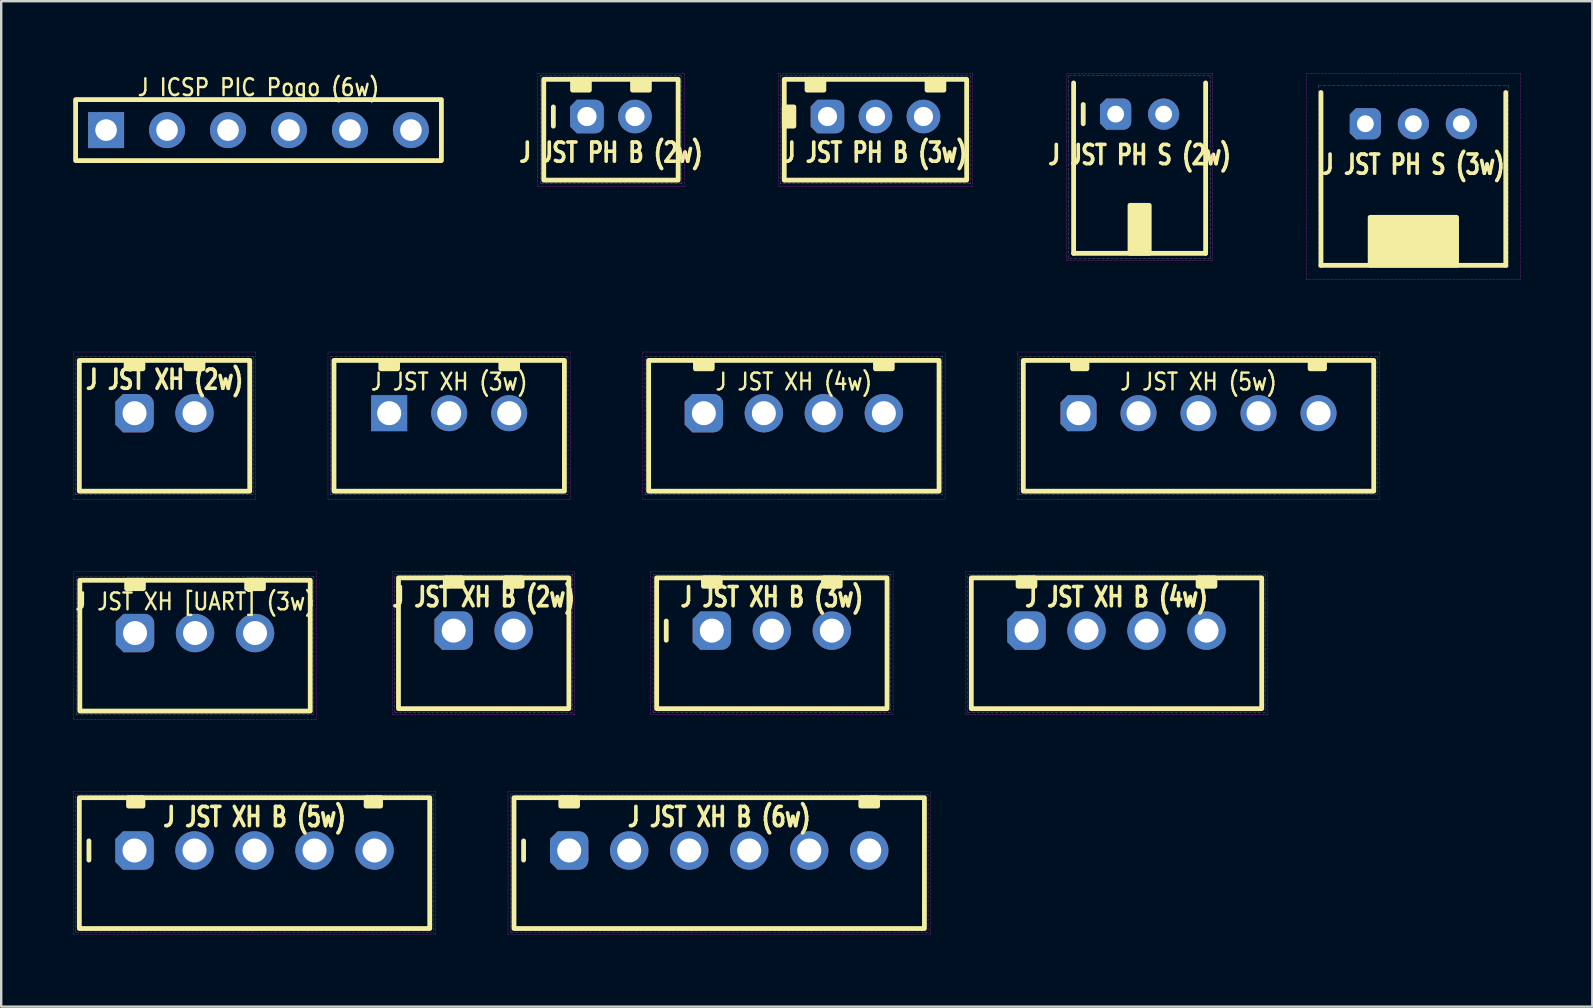
<source format=kicad_pcb>
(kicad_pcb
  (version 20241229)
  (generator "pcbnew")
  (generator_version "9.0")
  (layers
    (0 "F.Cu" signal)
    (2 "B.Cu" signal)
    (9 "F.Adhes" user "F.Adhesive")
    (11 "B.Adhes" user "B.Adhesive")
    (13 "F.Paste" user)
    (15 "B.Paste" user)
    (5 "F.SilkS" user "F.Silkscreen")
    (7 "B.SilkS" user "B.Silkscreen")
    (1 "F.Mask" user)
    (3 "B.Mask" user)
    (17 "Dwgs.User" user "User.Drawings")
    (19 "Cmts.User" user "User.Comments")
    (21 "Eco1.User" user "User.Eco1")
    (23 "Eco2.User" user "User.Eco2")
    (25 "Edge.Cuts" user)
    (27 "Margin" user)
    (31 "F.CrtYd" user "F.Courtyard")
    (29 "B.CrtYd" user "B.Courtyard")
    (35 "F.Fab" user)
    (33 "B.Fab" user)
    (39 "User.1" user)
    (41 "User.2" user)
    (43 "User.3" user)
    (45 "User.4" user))
  (footprint "J JST XH B (3w)"
    (layer "F.Cu")
    (at 29.108 23.225)
    (property "Reference" "J JST XH B (3w)" (at 0 -1.4 0) (layer "F.SilkS") (effects (font (size 0.8 0.6) (thickness 0.15) (bold yes))))
    (attr through_hole)
    (fp_line (start -4.4 -0.4) (end -4.4 0.4) (stroke (width 0.2) (type default)) (layer "F.SilkS"))
    (fp_rect (start -4.8 -2.2) (end 4.8 3.25) (stroke (width 0.2) (type default)) (fill no) (layer "F.SilkS"))
    (fp_rect (start -2.85 -2.2) (end -2.15 -1.85) (stroke (width 0.2) (type solid)) (fill yes) (layer "F.SilkS"))
    (fp_rect (start 2.85 -2.2) (end 2.15 -1.85) (stroke (width 0.2) (type solid)) (fill yes) (layer "F.SilkS"))
    (fp_rect (start -5.05 -2.45) (end 5.05 3.5) (stroke (width 0.01) (type dash)) (fill no) (layer "F.CrtYd"))
    (fp_rect (start -4.95 -2.35) (end 4.95 3.4) (stroke (width 0.01) (type dash_dot)) (fill no) (layer "F.Fab"))
    (pad "1" thru_hole roundrect (at -2.5 0) (size 1.6 1.6) (drill 1) (layers "*.Cu" "B.Mask") (roundrect_rratio 0.25) (chamfer_ratio 0.2) (chamfer top_left bottom_left))
    (pad "2" thru_hole circle (at 0 0) (size 1.6 1.6) (drill 1) (layers "*.Cu" "B.Mask"))
    (pad "3" thru_hole circle (at 2.5 0) (size 1.6 1.6) (drill 1) (layers "*.Cu" "B.Mask")))
  (footprint "J JST PH S (2w)"
    (layer "F.Cu")
    (at 44.431 1.705)
    (property "Reference" "J JST PH S (2w)" (at 0 1.7 0) (layer "F.SilkS") (effects (font (size 0.8 0.6) (thickness 0.15) (bold yes))))
    (attr through_hole)
    (fp_line (start -2.75 -1.3) (end -2.75 5.8) (stroke (width 0.2) (type default)) (layer "F.SilkS"))
    (fp_line (start -2.35 -0.4) (end -2.35 0.4) (stroke (width 0.2) (type default)) (layer "F.SilkS"))
    (fp_line (start 2.75 -1.3) (end 2.75 5.8) (stroke (width 0.2) (type default)) (layer "F.SilkS"))
    (fp_line (start 2.75 5.8) (end -2.75 5.8) (stroke (width 0.2) (type default)) (layer "F.SilkS"))
    (fp_rect (start 0.4 5.8) (end -0.4 3.8) (stroke (width 0.2) (type solid)) (fill yes) (layer "F.SilkS"))
    (fp_rect (start -3.05 -1.7) (end 3.05 6.1) (stroke (width 0.01) (type dash)) (fill no) (layer "F.CrtYd"))
    (fp_rect (start -2.95 -1.6) (end 2.95 6) (stroke (width 0.01) (type dash_dot)) (fill no) (layer "F.Fab"))
    (pad "1" thru_hole roundrect (at -1 0) (size 1.3 1.3) (drill 0.7) (layers "*.Cu" "B.Mask") (roundrect_rratio 0.25) (chamfer_ratio 0.2) (chamfer top_left bottom_left))
    (pad "2" thru_hole circle (at 1 0) (size 1.3 1.3) (drill 0.7) (layers "*.Cu" "B.Mask")))
  (footprint "J JST XH B (6w)"
    (layer "F.Cu")
    (at 26.915 32.385)
    (property "Reference" "J JST XH B (6w)" (at 0 -1.4 0) (layer "F.SilkS") (effects (font (size 0.8 0.6) (thickness 0.15) (bold yes))))
    (attr through_hole)
    (fp_line (start -8.15 -0.4) (end -8.15 0.4) (stroke (width 0.2) (type default)) (layer "F.SilkS"))
    (fp_rect (start -8.55 -2.2) (end 8.55 3.25) (stroke (width 0.2) (type default)) (fill no) (layer "F.SilkS"))
    (fp_rect (start -6.6 -2.2) (end -5.9 -1.85) (stroke (width 0.2) (type solid)) (fill yes) (layer "F.SilkS"))
    (fp_rect (start 6.6 -2.2) (end 5.9 -1.85) (stroke (width 0.2) (type solid)) (fill yes) (layer "F.SilkS"))
    (fp_rect (start -8.8 -2.45) (end 8.8 3.5) (stroke (width 0.01) (type dash)) (fill no) (layer "F.CrtYd"))
    (fp_rect (start -8.7 -2.35) (end 8.7 3.4) (stroke (width 0.01) (type dash_dot)) (fill no) (layer "F.Fab"))
    (pad "1" thru_hole roundrect (at -6.25 0) (size 1.6 1.6) (drill 1) (layers "*.Cu" "B.Mask") (roundrect_rratio 0.25) (chamfer_ratio 0.2) (chamfer top_left bottom_left))
    (pad "2" thru_hole circle (at -3.75 0) (size 1.6 1.6) (drill 1) (layers "*.Cu" "B.Mask"))
    (pad "3" thru_hole circle (at -1.25 0) (size 1.6 1.6) (drill 1) (layers "*.Cu" "B.Mask"))
    (pad "4" thru_hole circle (at 1.25 0) (size 1.6 1.6) (drill 1) (layers "*.Cu" "B.Mask"))
    (pad "5" thru_hole circle (at 3.75 0) (size 1.6 1.6) (drill 1) (layers "*.Cu" "B.Mask"))
    (pad "6" thru_hole circle (at 6.25 0) (size 1.6 1.6) (drill 1) (layers "*.Cu" "B.Mask")))
  (footprint "J JST XH [UART] (3w)"
    (layer "F.Cu")
    (at 5.076 23.325)
    (property "Reference" "J JST XH [UART] (3w)" (at 0 -0.9 0) (unlocked yes) (layer "F.SilkS") (effects (font (size 0.7 0.6) (thickness 0.1)) (justify bottom)))
    (attr through_hole)
    (fp_rect (start -4.8 -2.2) (end 4.8 3.25) (stroke (width 0.2) (type default)) (fill no) (layer "F.SilkS"))
    (fp_rect (start -2.85 -2.2) (end -2.15 -1.85) (stroke (width 0.2) (type solid)) (fill yes) (layer "F.SilkS"))
    (fp_rect (start 2.85 -2.2) (end 2.15 -1.85) (stroke (width 0.2) (type solid)) (fill yes) (layer "F.SilkS"))
    (fp_rect (start -5.05 -2.55) (end 5.05 3.6) (stroke (width 0.01) (type dash)) (fill no) (layer "F.CrtYd"))
    (fp_rect (start -4.95 -2.35) (end 4.95 3.4) (stroke (width 0.01) (type dash_dot)) (fill no) (layer "F.Fab"))
    (fp_text user "GND" (at 0 1 0) (unlocked yes) (layer "User.7") (effects (font (size 0.13 0.07) (thickness 0.014) (bold yes)) (justify top)))
    (fp_text user "RX" (at -2.54 1 0) (unlocked yes) (layer "User.7") (effects (font (size 0.13 0.07) (thickness 0.014) (bold yes)) (justify top)))
    (fp_text user "TX" (at 2.54 1 0) (unlocked yes) (layer "User.7") (effects (font (size 0.13 0.07) (thickness 0.014) (bold yes)) (justify top)))
    (pad "1" thru_hole roundrect (at -2.5 0) (size 1.6 1.6) (drill 1) (layers "*.Cu" "B.Mask") (roundrect_rratio 0.25) (chamfer_ratio 0.2) (chamfer top_left bottom_left))
    (pad "2" thru_hole circle (at 0 0) (size 1.6 1.6) (drill 1) (layers "*.Cu" "B.Mask"))
    (pad "3" thru_hole circle (at 2.5 0) (size 1.6 1.6) (drill 1) (layers "*.Cu" "B.Mask")))
  (footprint "J JST PH B (3w)"
    (layer "F.Cu")
    (at 33.425 1.805)
    (property "Reference" "J JST PH B (3w)" (at 0 1.5 0) (layer "F.SilkS") (effects (font (size 0.8 0.6) (thickness 0.15) (bold yes))))
    (attr through_hole)
    (fp_rect (start -3.8 -1.55) (end 3.8 2.65) (stroke (width 0.2) (type default)) (fill no) (layer "F.SilkS"))
    (fp_rect (start -3.8 -0.4) (end -3.4 0.4) (stroke (width 0.2) (type solid)) (fill yes) (layer "F.SilkS"))
    (fp_rect (start -2.85 -1.55) (end -2.15 -1.1) (stroke (width 0.2) (type solid)) (fill yes) (layer "F.SilkS"))
    (fp_rect (start 2.85 -1.55) (end 2.15 -1.1) (stroke (width 0.2) (type solid)) (fill yes) (layer "F.SilkS"))
    (fp_rect (start -4.05 -1.8) (end 4.05 2.9) (stroke (width 0.01) (type dash)) (fill no) (layer "F.CrtYd"))
    (fp_rect (start -3.95 -1.7) (end 3.95 2.8) (stroke (width 0.01) (type dash_dot)) (fill no) (layer "F.Fab"))
    (pad "1" thru_hole roundrect (at -2 0) (size 1.4 1.4) (drill 0.8) (layers "*.Cu" "*.Mask") (roundrect_rratio 0.25) (chamfer_ratio 0.2) (chamfer top_left bottom_left))
    (pad "2" thru_hole circle (at 0 0) (size 1.4 1.4) (drill 0.8) (layers "*.Cu" "*.Mask"))
    (pad "3" thru_hole circle (at 2 0) (size 1.4 1.4) (drill 0.8) (layers "*.Cu" "*.Mask")))
  (footprint "J JST XH B (4w)"
    (layer "F.Cu")
    (at 43.468 23.225)
    (property "Reference" "J JST XH B (4w)" (at 0 -1.4 0) (layer "F.SilkS") (effects (font (size 0.8 0.6) (thickness 0.15) (bold yes))))
    (attr through_hole)
    (fp_rect (start -6.05 -2.2) (end 6.05 3.25) (stroke (width 0.2) (type default)) (fill no) (layer "F.SilkS"))
    (fp_rect (start -4.1 -2.2) (end -3.4 -1.85) (stroke (width 0.2) (type solid)) (fill yes) (layer "F.SilkS"))
    (fp_rect (start 4.1 -2.2) (end 3.4 -1.85) (stroke (width 0.2) (type solid)) (fill yes) (layer "F.SilkS"))
    (fp_rect (start -6.3 -2.45) (end 6.3 3.5) (stroke (width 0.01) (type dash)) (fill no) (layer "F.CrtYd"))
    (fp_rect (start -6.2 -2.35) (end 6.2 3.4) (stroke (width 0.01) (type dash_dot)) (fill no) (layer "F.Fab"))
    (pad "1" thru_hole roundrect (at -3.75 0) (size 1.6 1.6) (drill 1) (layers "*.Cu" "B.Mask") (roundrect_rratio 0.25) (chamfer_ratio 0.2) (chamfer top_left bottom_left))
    (pad "2" thru_hole circle (at -1.25 0) (size 1.6 1.6) (drill 1) (layers "*.Cu" "B.Mask"))
    (pad "3" thru_hole circle (at 1.25 0) (size 1.6 1.6) (drill 1) (layers "*.Cu" "B.Mask"))
    (pad "4" thru_hole circle (at 3.75 0) (size 1.6 1.6) (drill 1) (layers "*.Cu" "B.Mask")))
  (footprint "J JST XH (2w)"
    (layer "F.Cu")
    (at 3.805 14.165)
    (property "Reference" "J JST XH (2w)" (at 0 -1.4 0) (unlocked yes) (layer "F.SilkS") (effects (font (size 0.8 0.6) (thickness 0.15) (bold yes))))
    (attr through_hole)
    (fp_rect (start -3.55 -2.2) (end 3.55 3.25) (stroke (width 0.2) (type default)) (fill no) (layer "F.SilkS"))
    (fp_rect (start -1.6 -2.2) (end -0.9 -1.85) (stroke (width 0.2) (type solid)) (fill yes) (layer "F.SilkS"))
    (fp_rect (start 1.6 -2.2) (end 0.9 -1.85) (stroke (width 0.2) (type solid)) (fill yes) (layer "F.SilkS"))
    (fp_rect (start -3.8 -2.55) (end 3.8 3.6) (stroke (width 0.01) (type dash)) (fill no) (layer "F.CrtYd"))
    (fp_rect (start -3.7 -2.35) (end 3.7 3.4) (stroke (width 0.01) (type dash_dot)) (fill no) (layer "F.Fab"))
    (pad "1" thru_hole roundrect (at -1.25 0) (size 1.6 1.6) (drill 1) (layers "*.Cu" "B.Mask") (roundrect_rratio 0.25) (chamfer_ratio 0.2) (chamfer top_left bottom_left))
    (pad "2" thru_hole circle (at 1.25 0) (size 1.6 1.6) (drill 1) (layers "*.Cu" "B.Mask")))
  (footprint "J JST PH B (2w)"
    (layer "F.Cu")
    (at 22.405 1.805)
    (property "Reference" "J JST PH B (2w)" (at 0 1.5 0) (layer "F.SilkS") (effects (font (size 0.8 0.6) (thickness 0.15) (bold yes))))
    (attr through_hole)
    (fp_line (start -2.4 -0.4) (end -2.4 0.4) (stroke (width 0.2) (type default)) (layer "F.SilkS"))
    (fp_rect (start -2.8 -1.55) (end 2.8 2.65) (stroke (width 0.2) (type default)) (fill no) (layer "F.SilkS"))
    (fp_rect (start -1.6 -1.55) (end -0.9 -1.1) (stroke (width 0.2) (type solid)) (fill yes) (layer "F.SilkS"))
    (fp_rect (start 1.6 -1.55) (end 0.9 -1.1) (stroke (width 0.2) (type solid)) (fill yes) (layer "F.SilkS"))
    (fp_rect (start -3.05 -1.8) (end 3.05 2.9) (stroke (width 0.01) (type dash)) (fill no) (layer "F.CrtYd"))
    (fp_rect (start -2.95 -1.7) (end 2.95 2.8) (stroke (width 0.01) (type dash_dot)) (fill no) (layer "F.Fab"))
    (pad "1" thru_hole roundrect (at -1 0) (size 1.4 1.4) (drill 0.8) (layers "*.Cu" "*.Mask") (roundrect_rratio 0.25) (chamfer_ratio 0.2) (chamfer top_left bottom_left))
    (pad "2" thru_hole circle (at 1 0) (size 1.4 1.4) (drill 0.8) (layers "*.Cu" "*.Mask")))
  (footprint "J JST XH (4w)"
    (layer "F.Cu")
    (at 30.025 14.165)
    (property "Reference" "J JST XH (4w)" (at 0 -0.9 0) (unlocked yes) (layer "F.SilkS") (effects (font (size 0.7 0.6) (thickness 0.1)) (justify bottom)))
    (attr through_hole)
    (fp_rect (start -6.05 -2.2) (end 6.05 3.25) (stroke (width 0.2) (type default)) (fill no) (layer "F.SilkS"))
    (fp_rect (start -4.1 -2.2) (end -3.4 -1.85) (stroke (width 0.2) (type solid)) (fill yes) (layer "F.SilkS"))
    (fp_rect (start 4.1 -2.2) (end 3.4 -1.85) (stroke (width 0.2) (type solid)) (fill yes) (layer "F.SilkS"))
    (fp_rect (start -6.3 -2.55) (end 6.3 3.6) (stroke (width 0.01) (type dash)) (fill no) (layer "F.CrtYd"))
    (fp_rect (start -6.2 -2.35) (end 6.2 3.4) (stroke (width 0.01) (type dash_dot)) (fill no) (layer "F.Fab"))
    (pad "1" thru_hole roundrect (at -3.75 0) (size 1.6 1.6) (drill 1) (layers "*.Cu" "B.Mask") (roundrect_rratio 0.25) (chamfer_ratio 0.2) (chamfer top_left bottom_left))
    (pad "2" thru_hole circle (at -1.25 0) (size 1.6 1.6) (drill 1) (layers "*.Cu" "B.Mask"))
    (pad "3" thru_hole circle (at 1.25 0) (size 1.6 1.6) (drill 1) (layers "*.Cu" "B.Mask"))
    (pad "4" thru_hole circle (at 3.75 0) (size 1.6 1.6) (drill 1) (layers "*.Cu" "B.Mask")))
  (footprint "J JST XH B (2w)"
    (layer "F.Cu")
    (at 17.102 23.225)
    (property "Reference" "J JST XH B (2w)" (at 0 -1.4 0) (unlocked yes) (layer "F.SilkS") (effects (font (size 0.8 0.6) (thickness 0.15) (bold yes))))
    (attr through_hole)
    (fp_rect (start -3.55 -2.2) (end 3.55 3.25) (stroke (width 0.2) (type default)) (fill no) (layer "F.SilkS"))
    (fp_rect (start -1.6 -2.2) (end -0.9 -1.85) (stroke (width 0.2) (type solid)) (fill yes) (layer "F.SilkS"))
    (fp_rect (start 1.6 -2.2) (end 0.9 -1.85) (stroke (width 0.2) (type solid)) (fill yes) (layer "F.SilkS"))
    (fp_rect (start -3.8 -2.45) (end 3.8 3.5) (stroke (width 0.01) (type dash)) (fill no) (layer "F.CrtYd"))
    (fp_rect (start -3.7 -2.35) (end 3.7 3.4) (stroke (width 0.01) (type dash_dot)) (fill no) (layer "F.Fab"))
    (pad "1" thru_hole roundrect (at -1.25 0) (size 1.6 1.6) (drill 1) (layers "*.Cu" "B.Mask") (roundrect_rratio 0.25) (chamfer_ratio 0.2) (chamfer top_left bottom_left))
    (pad "2" thru_hole circle (at 1.25 0) (size 1.6 1.6) (drill 1) (layers "*.Cu" "B.Mask")))
  (footprint "J ICSP PIC Pogo (6w)"
    (layer "F.Cu")
    (at 7.72 2.37)
    (property "Reference" "J ICSP PIC Pogo (6w)" (at 0 -1.37 0) (unlocked yes) (layer "F.SilkS") (effects (font (size 0.7 0.6) (thickness 0.1)) (justify bottom)))
    (attr smd)
    (fp_rect (start -7.62 -1.27) (end 7.62 1.27) (stroke (width 0.2) (type default)) (fill no) (layer "F.SilkS"))
    (fp_text user "LVP" (at 6.35 -1.07 0) (unlocked yes) (layer "User.7") (effects (font (size 0.13 0.07) (thickness 0.01)) (justify top)))
    (fp_text user "Vdd" (at -3.81 -1.07 0) (unlocked yes) (layer "User.7") (effects (font (size 0.13 0.07) (thickness 0.014) (bold yes)) (justify top)))
    (fp_text user "PGC" (at 1.27 -1.07 0) (unlocked yes) (layer "User.7") (effects (font (size 0.13 0.07) (thickness 0.01)) (justify top)))
    (fp_text user "GND" (at -1.27 -1.07 0) (unlocked yes) (layer "User.7") (effects (font (size 0.13 0.07) (thickness 0.014) (bold yes)) (justify top)))
    (fp_text user "PGD" (at 3.81 -1.07 0) (unlocked yes) (layer "User.7") (effects (font (size 0.13 0.07) (thickness 0.01)) (justify top)))
    (fp_text user "Vpp" (at -6.35 -1.07 0) (unlocked yes) (layer "User.7") (effects (font (size 0.13 0.07) (thickness 0.014) (bold yes)) (justify top)))
    (pad "1" thru_hole rect (at -6.35 0) (size 1.5 1.5) (drill 0.9) (layers "*.Cu" "F.Mask"))
    (pad "2" thru_hole circle (at -3.81 0) (size 1.5 1.5) (drill 0.9) (layers "*.Cu" "F.Mask"))
    (pad "3" thru_hole circle (at -1.27 0) (size 1.5 1.5) (drill 0.9) (layers "*.Cu" "F.Mask"))
    (pad "4" thru_hole circle (at 1.27 0) (size 1.5 1.5) (drill 0.9) (layers "*.Cu" "F.Mask"))
    (pad "5" thru_hole circle (at 3.81 0) (size 1.5 1.5) (drill 0.9) (layers "*.Cu" "F.Mask"))
    (pad "6" thru_hole circle (at 6.35 0) (size 1.5 1.5) (drill 0.9) (layers "*.Cu" "F.Mask")))
  (footprint "J JST PH S (3w)"
    (layer "F.Cu")
    (at 55.836 2.105)
    (property "Reference" "J JST PH S (3w)" (at 0 1.7 0) (unlocked yes) (layer "F.SilkS") (effects (font (size 0.8 0.6) (thickness 0.15) (bold yes))))
    (attr through_hole)
    (fp_line (start -3.85 5.9) (end -3.85 -1.3) (stroke (width 0.2) (type default)) (layer "F.SilkS"))
    (fp_line (start 3.85 5.9) (end -3.85 5.9) (stroke (width 0.2) (type default)) (layer "F.SilkS"))
    (fp_line (start 3.85 5.9) (end 3.85 -1.3) (stroke (width 0.2) (type default)) (layer "F.SilkS"))
    (fp_rect (start -1.8 5.9) (end 1.8 3.9) (stroke (width 0.2) (type solid)) (fill yes) (layer "F.SilkS"))
    (fp_rect (start -4.45 -2.1) (end 4.45 6.5) (stroke (width 0.01) (type dash)) (fill no) (layer "F.CrtYd"))
    (fp_rect (start -3.95 -1.6) (end 3.95 6) (stroke (width 0.01) (type dash_dot)) (fill no) (layer "F.Fab"))
    (pad "1" thru_hole roundrect (at -2 0) (size 1.3 1.3) (drill 0.7) (layers "*.Cu" "B.Mask") (roundrect_rratio 0.25) (chamfer_ratio 0.2) (chamfer top_left bottom_left))
    (pad "2" thru_hole circle (at 0 0) (size 1.3 1.3) (drill 0.7) (layers "*.Cu" "B.Mask"))
    (pad "3" thru_hole circle (at 2 0) (size 1.3 1.3) (drill 0.7) (layers "*.Cu" "B.Mask")))
  (footprint "J JST XH (3w)"
    (layer "F.Cu")
    (at 15.665 14.165)
    (property "Reference" "J JST XH (3w)" (at 0 -0.9 0) (unlocked yes) (layer "F.SilkS") (effects (font (size 0.7 0.6) (thickness 0.1)) (justify bottom)))
    (attr through_hole)
    (fp_rect (start -4.8 -2.2) (end 4.8 3.25) (stroke (width 0.2) (type default)) (fill no) (layer "F.SilkS"))
    (fp_rect (start -2.85 -2.2) (end -2.15 -1.85) (stroke (width 0.2) (type solid)) (fill yes) (layer "F.SilkS"))
    (fp_rect (start 2.85 -2.2) (end 2.15 -1.85) (stroke (width 0.2) (type solid)) (fill yes) (layer "F.SilkS"))
    (fp_rect (start -5.05 -2.55) (end 5.05 3.6) (stroke (width 0.01) (type dash)) (fill no) (layer "F.CrtYd"))
    (fp_rect (start -4.95 -2.35) (end 4.95 3.4) (stroke (width 0.01) (type dash_dot)) (fill no) (layer "F.Fab"))
    (pad "1" thru_hole rect (at -2.5 0) (size 1.5 1.5) (drill 1) (layers "*.Cu" "F.Mask"))
    (pad "2" thru_hole circle (at 0 0) (size 1.5 1.5) (drill 1) (layers "*.Cu" "F.Mask"))
    (pad "3" thru_hole circle (at 2.5 0) (size 1.5 1.5) (drill 1) (layers "*.Cu" "F.Mask")))
  (footprint "J JST XH (5w)"
    (layer "F.Cu")
    (at 46.885 14.165)
    (property "Reference" "J JST XH (5w)" (at 0 -0.9 0) (unlocked yes) (layer "F.SilkS") (effects (font (size 0.7 0.6) (thickness 0.1)) (justify bottom)))
    (attr through_hole)
    (fp_rect (start -7.3 -2.2) (end 7.3 3.25) (stroke (width 0.2) (type default)) (fill no) (layer "F.SilkS"))
    (fp_rect (start -5.25 -2.2) (end -4.65 -1.85) (stroke (width 0.2) (type solid)) (fill yes) (layer "F.SilkS"))
    (fp_rect (start 5.25 -2.2) (end 4.65 -1.85) (stroke (width 0.2) (type solid)) (fill yes) (layer "F.SilkS"))
    (fp_rect (start -7.55 -2.55) (end 7.55 3.6) (stroke (width 0.01) (type dash)) (fill no) (layer "F.CrtYd"))
    (fp_rect (start -7.45 -2.35) (end 7.45 3.4) (stroke (width 0.01) (type dash_dot)) (fill no) (layer "F.Fab"))
    (pad "1" thru_hole roundrect (at -5 0) (size 1.5 1.5) (drill 1) (layers "*.Cu" "B.Mask") (roundrect_rratio 0.25) (chamfer_ratio 0.2) (chamfer top_left bottom_left))
    (pad "2" thru_hole circle (at -2.5 0) (size 1.5 1.5) (drill 1) (layers "*.Cu" "B.Mask"))
    (pad "3" thru_hole circle (at 0 0) (size 1.5 1.5) (drill 1) (layers "*.Cu" "B.Mask"))
    (pad "4" thru_hole circle (at 2.5 0) (size 1.5 1.5) (drill 1) (layers "*.Cu" "B.Mask"))
    (pad "5" thru_hole circle (at 5 0) (size 1.5 1.5) (drill 1) (layers "*.Cu" "B.Mask")))
  (footprint "J JST XH B (5w)"
    (layer "F.Cu")
    (at 7.555 32.385)
    (property "Reference" "J JST XH B (5w)" (at 0 -1.4 0) (layer "F.SilkS") (effects (font (size 0.8 0.6) (thickness 0.15) (bold yes))))
    (attr through_hole)
    (private_layers "User.1")
    (fp_line (start -6.9 -0.4) (end -6.9 0.4) (stroke (width 0.2) (type default)) (layer "F.SilkS"))
    (fp_rect (start -7.3 -2.2) (end 7.3 3.25) (stroke (width 0.2) (type default)) (fill no) (layer "F.SilkS"))
    (fp_rect (start -5.25 -2.2) (end -4.65 -1.85) (stroke (width 0.2) (type solid)) (fill yes) (layer "F.SilkS"))
    (fp_rect (start 5.25 -2.2) (end 4.65 -1.85) (stroke (width 0.2) (type solid)) (fill yes) (layer "F.SilkS"))
    (fp_rect (start -7.55 -2.45) (end 7.55 3.5) (stroke (width 0.01) (type dash)) (fill no) (layer "F.CrtYd"))
    (fp_rect (start -7.45 -2.35) (end 7.45 3.4) (stroke (width 0.01) (type dash_dot)) (fill no) (layer "F.Fab"))
    (pad "1" thru_hole roundrect (at -5 0) (size 1.6 1.6) (drill 1) (layers "*.Cu" "B.Mask") (roundrect_rratio 0.25) (chamfer_ratio 0.2) (chamfer top_left bottom_left))
    (pad "2" thru_hole circle (at -2.5 0) (size 1.6 1.6) (drill 1) (layers "*.Cu" "B.Mask"))
    (pad "3" thru_hole circle (at 0 0) (size 1.6 1.6) (drill 1) (layers "*.Cu" "B.Mask"))
    (pad "4" thru_hole circle (at 2.5 0) (size 1.6 1.6) (drill 1) (layers "*.Cu" "B.Mask"))
    (pad "5" thru_hole circle (at 5 0) (size 1.6 1.6) (drill 1) (layers "*.Cu" "B.Mask")))
  (gr_rect
    (start -3 -3)
    (end 63.291 38.89)
    (stroke (width 0.1) (type default))
    (fill no)
    (layer "Edge.Cuts")))
</source>
